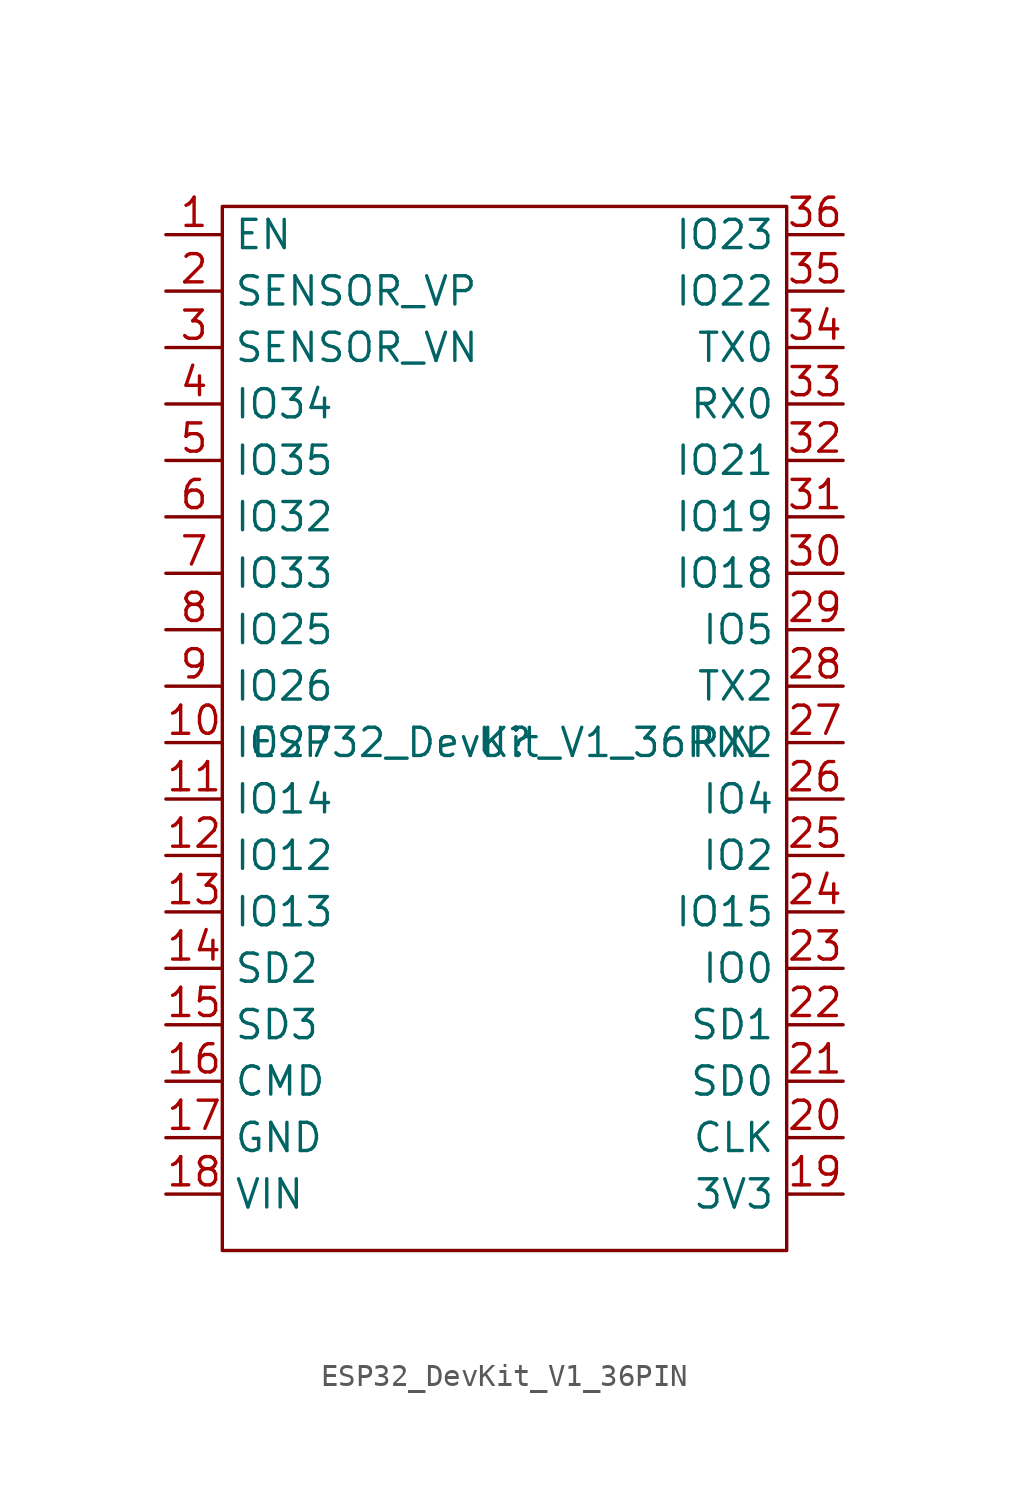
<source format=kicad_sym>
(kicad_symbol_lib
  (version 20211014)
  (generator kicad_symbol_editor)
  (symbol "ESP32_DevKit_V1_36PIN"
    (property "Reference" "U"
      (at 0 0 0)
      (effects (font (size 1.27 1.27))))
    (property "Value" "ESP32_DevKit_V1_36PIN"
      (at 0 0 0)
      (effects (font (size 1.27 1.27))))
    (symbol "ESP32_DevKit_V1_36PIN_0_0"
      (pin bidirectional line (at 15.24 17.78 180) (length 2.54) (name "TX0" (effects (font (size 1.27 1.27)))) (number "34" (effects (font (size 1.27 1.27)))))
      (pin bidirectional line (at 15.24 20.32 180) (length 2.54) (name "IO22" (effects (font (size 1.27 1.27)))) (number "35" (effects (font (size 1.27 1.27)))))
      (pin bidirectional line (at 15.24 22.86 180) (length 2.54) (name "IO23" (effects (font (size 1.27 1.27)))) (number "36" (effects (font (size 1.27 1.27))))))
    (symbol "ESP32_DevKit_V1_36PIN_0_1"
      (rectangle (start -12.7 24.13) (end 12.7 -22.86) (stroke (width 0) (type default) (color 0 0 0 0)) (fill (type none))))
    (symbol "ESP32_DevKit_V1_36PIN_1_1"
      (pin input line (at -15.24 22.86 0) (length 2.54) (name "EN" (effects (font (size 1.27 1.27)))) (number "1" (effects (font (size 1.27 1.27)))))
      (pin bidirectional line (at -15.24 0 0) (length 2.54) (name "IO27" (effects (font (size 1.27 1.27)))) (number "10" (effects (font (size 1.27 1.27)))))
      (pin bidirectional line (at -15.24 -2.54 0) (length 2.54) (name "IO14" (effects (font (size 1.27 1.27)))) (number "11" (effects (font (size 1.27 1.27)))))
      (pin bidirectional line (at -15.24 -5.08 0) (length 2.54) (name "IO12" (effects (font (size 1.27 1.27)))) (number "12" (effects (font (size 1.27 1.27)))))
      (pin bidirectional line (at -15.24 -7.62 0) (length 2.54) (name "IO13" (effects (font (size 1.27 1.27)))) (number "13" (effects (font (size 1.27 1.27)))))
      (pin bidirectional line (at -15.24 -10.16 0) (length 2.54) (name "SD2" (effects (font (size 1.27 1.27)))) (number "14" (effects (font (size 1.27 1.27)))))
      (pin bidirectional line (at -15.24 -12.7 0) (length 2.54) (name "SD3" (effects (font (size 1.27 1.27)))) (number "15" (effects (font (size 1.27 1.27)))))
      (pin bidirectional line (at -15.24 -15.24 0) (length 2.54) (name "CMD" (effects (font (size 1.27 1.27)))) (number "16" (effects (font (size 1.27 1.27)))))
      (pin power_in line (at -15.24 -17.78 0) (length 2.54) (name "GND" (effects (font (size 1.27 1.27)))) (number "17" (effects (font (size 1.27 1.27)))))
      (pin power_in line (at -15.24 -20.32 0) (length 2.54) (name "VIN" (effects (font (size 1.27 1.27)))) (number "18" (effects (font (size 1.27 1.27)))))
      (pin power_in line (at 15.24 -20.32 180) (length 2.54) (name "3V3" (effects (font (size 1.27 1.27)))) (number "19" (effects (font (size 1.27 1.27)))))
      (pin input line (at -15.24 20.32 0) (length 2.54) (name "SENSOR_VP" (effects (font (size 1.27 1.27)))) (number "2" (effects (font (size 1.27 1.27)))))
      (pin bidirectional line (at 15.24 -17.78 180) (length 2.54) (name "CLK" (effects (font (size 1.27 1.27)))) (number "20" (effects (font (size 1.27 1.27)))))
      (pin bidirectional line (at 15.24 -15.24 180) (length 2.54) (name "SD0" (effects (font (size 1.27 1.27)))) (number "21" (effects (font (size 1.27 1.27)))))
      (pin bidirectional line (at 15.24 -12.7 180) (length 2.54) (name "SD1" (effects (font (size 1.27 1.27)))) (number "22" (effects (font (size 1.27 1.27)))))
      (pin bidirectional line (at 15.24 -10.16 180) (length 2.54) (name "IO0" (effects (font (size 1.27 1.27)))) (number "23" (effects (font (size 1.27 1.27)))))
      (pin bidirectional line (at 15.24 -7.62 180) (length 2.54) (name "IO15" (effects (font (size 1.27 1.27)))) (number "24" (effects (font (size 1.27 1.27)))))
      (pin bidirectional line (at 15.24 -5.08 180) (length 2.54) (name "IO2" (effects (font (size 1.27 1.27)))) (number "25" (effects (font (size 1.27 1.27)))))
      (pin bidirectional line (at 15.24 -2.54 180) (length 2.54) (name "IO4" (effects (font (size 1.27 1.27)))) (number "26" (effects (font (size 1.27 1.27)))))
      (pin bidirectional line (at 15.24 0 180) (length 2.54) (name "RX2" (effects (font (size 1.27 1.27)))) (number "27" (effects (font (size 1.27 1.27)))))
      (pin bidirectional line (at 15.24 2.54 180) (length 2.54) (name "TX2" (effects (font (size 1.27 1.27)))) (number "28" (effects (font (size 1.27 1.27)))))
      (pin bidirectional line (at 15.24 5.08 180) (length 2.54) (name "IO5" (effects (font (size 1.27 1.27)))) (number "29" (effects (font (size 1.27 1.27)))))
      (pin input line (at -15.24 17.78 0) (length 2.54) (name "SENSOR_VN" (effects (font (size 1.27 1.27)))) (number "3" (effects (font (size 1.27 1.27)))))
      (pin bidirectional line (at 15.24 7.62 180) (length 2.54) (name "IO18" (effects (font (size 1.27 1.27)))) (number "30" (effects (font (size 1.27 1.27)))))
      (pin bidirectional line (at 15.24 10.16 180) (length 2.54) (name "IO19" (effects (font (size 1.27 1.27)))) (number "31" (effects (font (size 1.27 1.27)))))
      (pin bidirectional line (at 15.24 12.7 180) (length 2.54) (name "IO21" (effects (font (size 1.27 1.27)))) (number "32" (effects (font (size 1.27 1.27)))))
      (pin bidirectional line (at 15.24 15.24 180) (length 2.54) (name "RX0" (effects (font (size 1.27 1.27)))) (number "33" (effects (font (size 1.27 1.27)))))
      (pin input line (at -15.24 15.24 0) (length 2.54) (name "IO34" (effects (font (size 1.27 1.27)))) (number "4" (effects (font (size 1.27 1.27)))))
      (pin input line (at -15.24 12.7 0) (length 2.54) (name "IO35" (effects (font (size 1.27 1.27)))) (number "5" (effects (font (size 1.27 1.27)))))
      (pin bidirectional line (at -15.24 10.16 0) (length 2.54) (name "IO32" (effects (font (size 1.27 1.27)))) (number "6" (effects (font (size 1.27 1.27)))))
      (pin bidirectional line (at -15.24 7.62 0) (length 2.54) (name "IO33" (effects (font (size 1.27 1.27)))) (number "7" (effects (font (size 1.27 1.27)))))
      (pin bidirectional line (at -15.24 5.08 0) (length 2.54) (name "IO25" (effects (font (size 1.27 1.27)))) (number "8" (effects (font (size 1.27 1.27)))))
      (pin bidirectional line (at -15.24 2.54 0) (length 2.54) (name "IO26" (effects (font (size 1.27 1.27)))) (number "9" (effects (font (size 1.27 1.27))))))))
</source>
